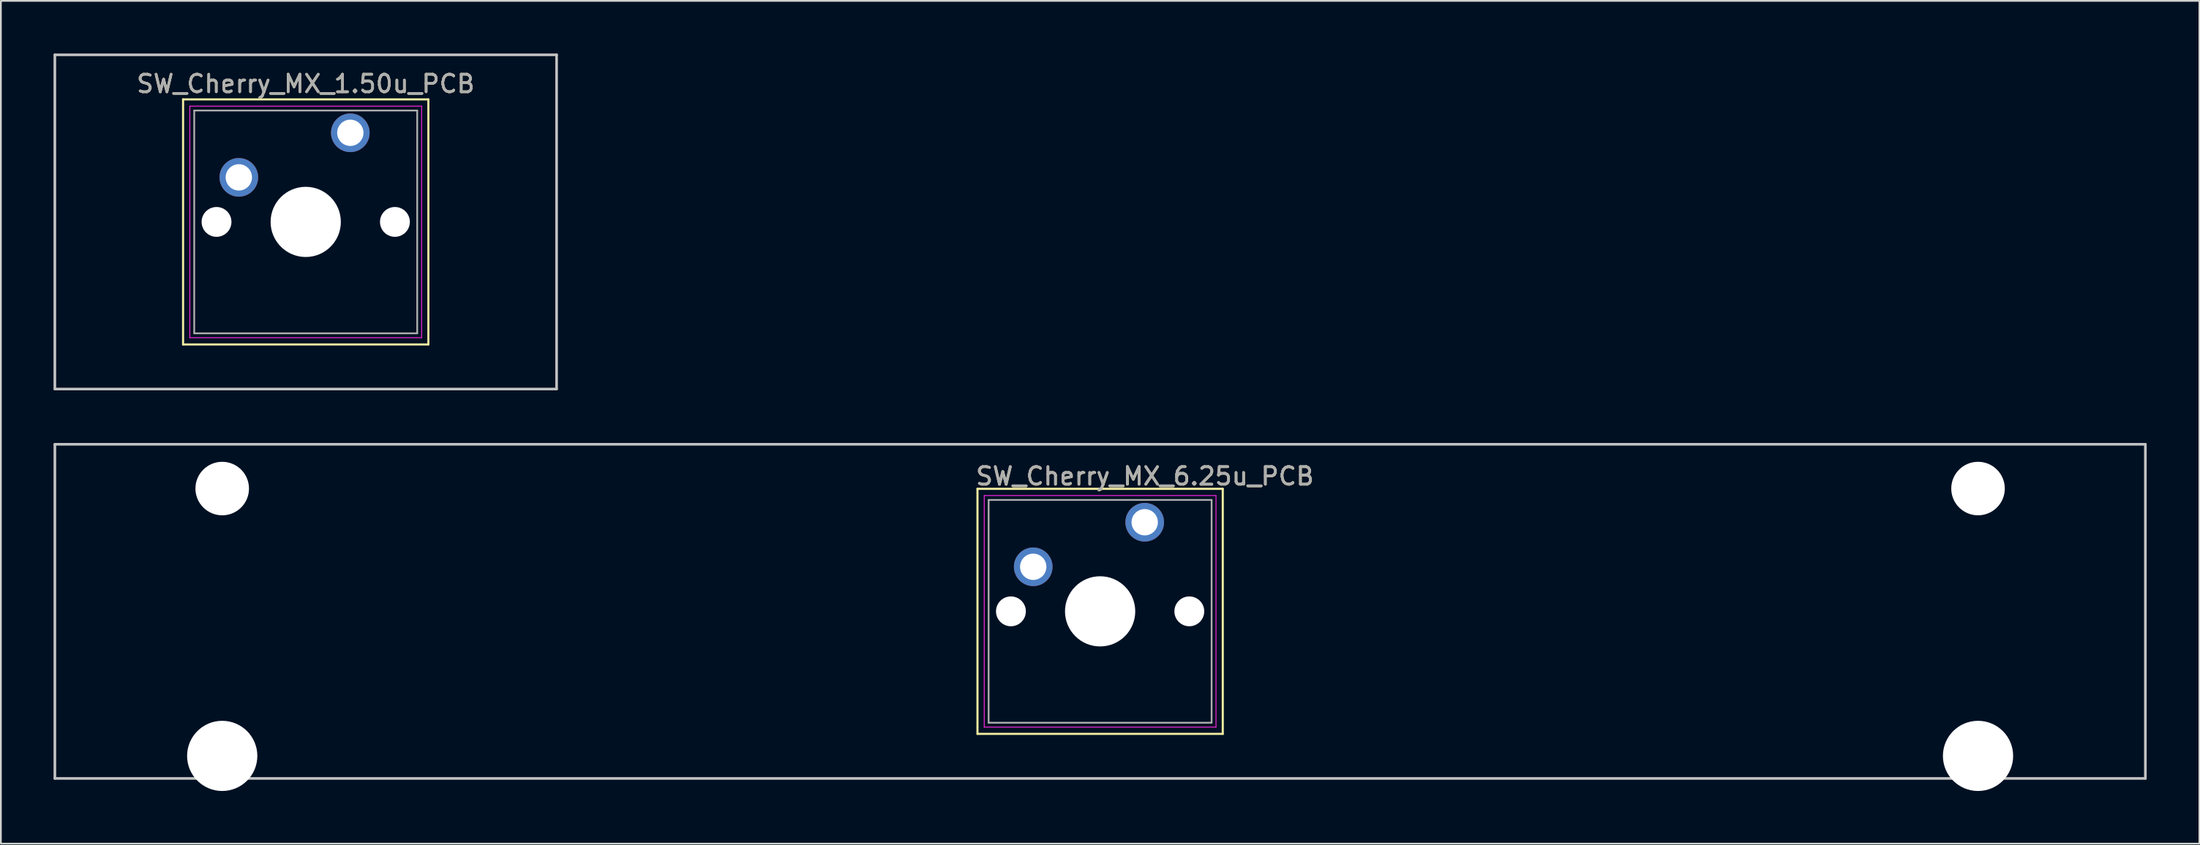
<source format=kicad_pcb>
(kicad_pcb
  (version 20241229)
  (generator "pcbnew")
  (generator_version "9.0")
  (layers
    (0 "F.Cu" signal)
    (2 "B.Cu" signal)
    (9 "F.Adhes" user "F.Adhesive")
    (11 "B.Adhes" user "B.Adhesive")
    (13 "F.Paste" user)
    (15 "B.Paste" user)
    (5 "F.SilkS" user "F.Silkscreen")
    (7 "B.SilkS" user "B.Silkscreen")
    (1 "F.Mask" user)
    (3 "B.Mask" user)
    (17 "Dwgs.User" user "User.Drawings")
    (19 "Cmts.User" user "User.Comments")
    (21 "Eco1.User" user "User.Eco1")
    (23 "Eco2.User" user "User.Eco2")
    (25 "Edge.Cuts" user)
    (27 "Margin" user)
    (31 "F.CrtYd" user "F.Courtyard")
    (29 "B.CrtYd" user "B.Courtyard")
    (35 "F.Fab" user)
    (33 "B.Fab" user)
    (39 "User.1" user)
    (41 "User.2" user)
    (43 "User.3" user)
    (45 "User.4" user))
  (footprint "SW_Cherry_MX_1.50u_PCB"
    (layer "F.Cu")
    (at 16.902 4.52)
    (property "Reference" "SW_Cherry_MX_1.50u_PCB" (at -2.54 -2.794 0) (layer "F.SilkS") (effects (font (size 1 1) (thickness 0.15))))
    (attr through_hole)
    (fp_line (start -9.525 -1.905) (end 4.445 -1.905) (stroke (width 0.12) (type solid)) (layer "F.SilkS"))
    (fp_line (start -9.525 12.065) (end -9.525 -1.905) (stroke (width 0.12) (type solid)) (layer "F.SilkS"))
    (fp_line (start 4.445 -1.905) (end 4.445 12.065) (stroke (width 0.12) (type solid)) (layer "F.SilkS"))
    (fp_line (start 4.445 12.065) (end -9.525 12.065) (stroke (width 0.12) (type solid)) (layer "F.SilkS"))
    (fp_line (start -16.828 -4.445) (end 11.748 -4.445) (stroke (width 0.15) (type solid)) (layer "Dwgs.User"))
    (fp_line (start -16.828 14.605) (end -16.828 -4.445) (stroke (width 0.15) (type solid)) (layer "Dwgs.User"))
    (fp_line (start 11.748 -4.445) (end 11.748 14.605) (stroke (width 0.15) (type solid)) (layer "Dwgs.User"))
    (fp_line (start 11.748 14.605) (end -16.828 14.605) (stroke (width 0.15) (type solid)) (layer "Dwgs.User"))
    (fp_line (start -9.14 -1.52) (end 4.06 -1.52) (stroke (width 0.05) (type solid)) (layer "F.CrtYd"))
    (fp_line (start -9.14 11.68) (end -9.14 -1.52) (stroke (width 0.05) (type solid)) (layer "F.CrtYd"))
    (fp_line (start 4.06 -1.52) (end 4.06 11.68) (stroke (width 0.05) (type solid)) (layer "F.CrtYd"))
    (fp_line (start 4.06 11.68) (end -9.14 11.68) (stroke (width 0.05) (type solid)) (layer "F.CrtYd"))
    (fp_line (start -8.89 -1.27) (end 3.81 -1.27) (stroke (width 0.1) (type solid)) (layer "F.Fab"))
    (fp_line (start -8.89 11.43) (end -8.89 -1.27) (stroke (width 0.1) (type solid)) (layer "F.Fab"))
    (fp_line (start 3.81 -1.27) (end 3.81 11.43) (stroke (width 0.1) (type solid)) (layer "F.Fab"))
    (fp_line (start 3.81 11.43) (end -8.89 11.43) (stroke (width 0.1) (type solid)) (layer "F.Fab"))
    (fp_text user "${REFERENCE}" (at -2.54 -2.794 0) (layer "F.Fab") (effects (font (size 1 1) (thickness 0.15))))
    (pad "" np_thru_hole circle (at -7.62 5.08) (size 1.7 1.7) (drill 1.7) (layers "*.Cu" "*.Mask"))
    (pad "" np_thru_hole circle (at -2.54 5.08) (size 4 4) (drill 4) (layers "*.Cu" "*.Mask"))
    (pad "" np_thru_hole circle (at 2.54 5.08) (size 1.7 1.7) (drill 1.7) (layers "*.Cu" "*.Mask"))
    (pad "1" thru_hole circle (at 0 0) (size 2.2 2.2) (drill 1.5) (layers "*.Cu" "*.Mask"))
    (pad "2" thru_hole circle (at -6.35 2.54) (size 2.2 2.2) (drill 1.5) (layers "*.Cu" "*.Mask")))
  (footprint "SW_Cherry_MX_6.25u_PCB"
    (layer "F.Cu")
    (at 62.146 26.72)
    (property "Reference" "SW_Cherry_MX_6.25u_PCB" (at 0.016 -2.62 0) (layer "F.SilkS") (effects (font (size 1 1) (thickness 0.15))))
    (attr through_hole)
    (fp_line (start -9.525 -1.905) (end 4.445 -1.905) (stroke (width 0.12) (type solid)) (layer "F.SilkS"))
    (fp_line (start -9.525 12.065) (end -9.525 -1.905) (stroke (width 0.12) (type solid)) (layer "F.SilkS"))
    (fp_line (start 4.445 -1.905) (end 4.445 12.065) (stroke (width 0.12) (type solid)) (layer "F.SilkS"))
    (fp_line (start 4.445 12.065) (end -9.525 12.065) (stroke (width 0.12) (type solid)) (layer "F.SilkS"))
    (fp_line (start -62.071 -4.445) (end 56.991 -4.445) (stroke (width 0.15) (type solid)) (layer "Dwgs.User"))
    (fp_line (start -62.071 14.605) (end -62.071 -4.445) (stroke (width 0.15) (type solid)) (layer "Dwgs.User"))
    (fp_line (start 56.991 -4.445) (end 56.991 14.605) (stroke (width 0.15) (type solid)) (layer "Dwgs.User"))
    (fp_line (start 56.991 14.605) (end -62.071 14.605) (stroke (width 0.15) (type solid)) (layer "Dwgs.User"))
    (fp_line (start -9.14 -1.52) (end 4.06 -1.52) (stroke (width 0.05) (type solid)) (layer "F.CrtYd"))
    (fp_line (start -9.14 11.68) (end -9.14 -1.52) (stroke (width 0.05) (type solid)) (layer "F.CrtYd"))
    (fp_line (start 4.06 -1.52) (end 4.06 11.68) (stroke (width 0.05) (type solid)) (layer "F.CrtYd"))
    (fp_line (start 4.06 11.68) (end -9.14 11.68) (stroke (width 0.05) (type solid)) (layer "F.CrtYd"))
    (fp_line (start -8.89 -1.27) (end 3.81 -1.27) (stroke (width 0.1) (type solid)) (layer "F.Fab"))
    (fp_line (start -8.89 11.43) (end -8.89 -1.27) (stroke (width 0.1) (type solid)) (layer "F.Fab"))
    (fp_line (start 3.81 -1.27) (end 3.81 11.43) (stroke (width 0.1) (type solid)) (layer "F.Fab"))
    (fp_line (start 3.81 11.43) (end -8.89 11.43) (stroke (width 0.1) (type solid)) (layer "F.Fab"))
    (fp_text user "${REFERENCE}" (at 0.006 -2.63 0) (layer "F.Fab") (effects (font (size 1 1) (thickness 0.15))))
    (pad "" np_thru_hole circle (at -52.54 -1.92) (size 3.05 3.05) (drill 3.05) (layers "*.Cu" "*.Mask"))
    (pad "" np_thru_hole circle (at -52.54 13.32) (size 4 4) (drill 4) (layers "*.Cu" "*.Mask"))
    (pad "" np_thru_hole circle (at -7.62 5.08) (size 1.7 1.7) (drill 1.7) (layers "*.Cu" "*.Mask"))
    (pad "" np_thru_hole circle (at -2.54 5.08) (size 4 4) (drill 4) (layers "*.Cu" "*.Mask"))
    (pad "" np_thru_hole circle (at 2.54 5.08) (size 1.7 1.7) (drill 1.7) (layers "*.Cu" "*.Mask"))
    (pad "" np_thru_hole circle (at 47.46 -1.92) (size 3.05 3.05) (drill 3.05) (layers "*.Cu" "*.Mask"))
    (pad "" np_thru_hole circle (at 47.46 13.32) (size 4 4) (drill 4) (layers "*.Cu" "*.Mask"))
    (pad "1" thru_hole circle (at 0 0) (size 2.2 2.2) (drill 1.5) (layers "*.Cu" "*.Mask"))
    (pad "2" thru_hole circle (at -6.35 2.54) (size 2.2 2.2) (drill 1.5) (layers "*.Cu" "*.Mask")))
  (gr_rect
    (start -3 -3)
    (end 122.213 45.04)
    (stroke (width 0.1) (type default))
    (fill no)
    (layer "Edge.Cuts")))
</source>
